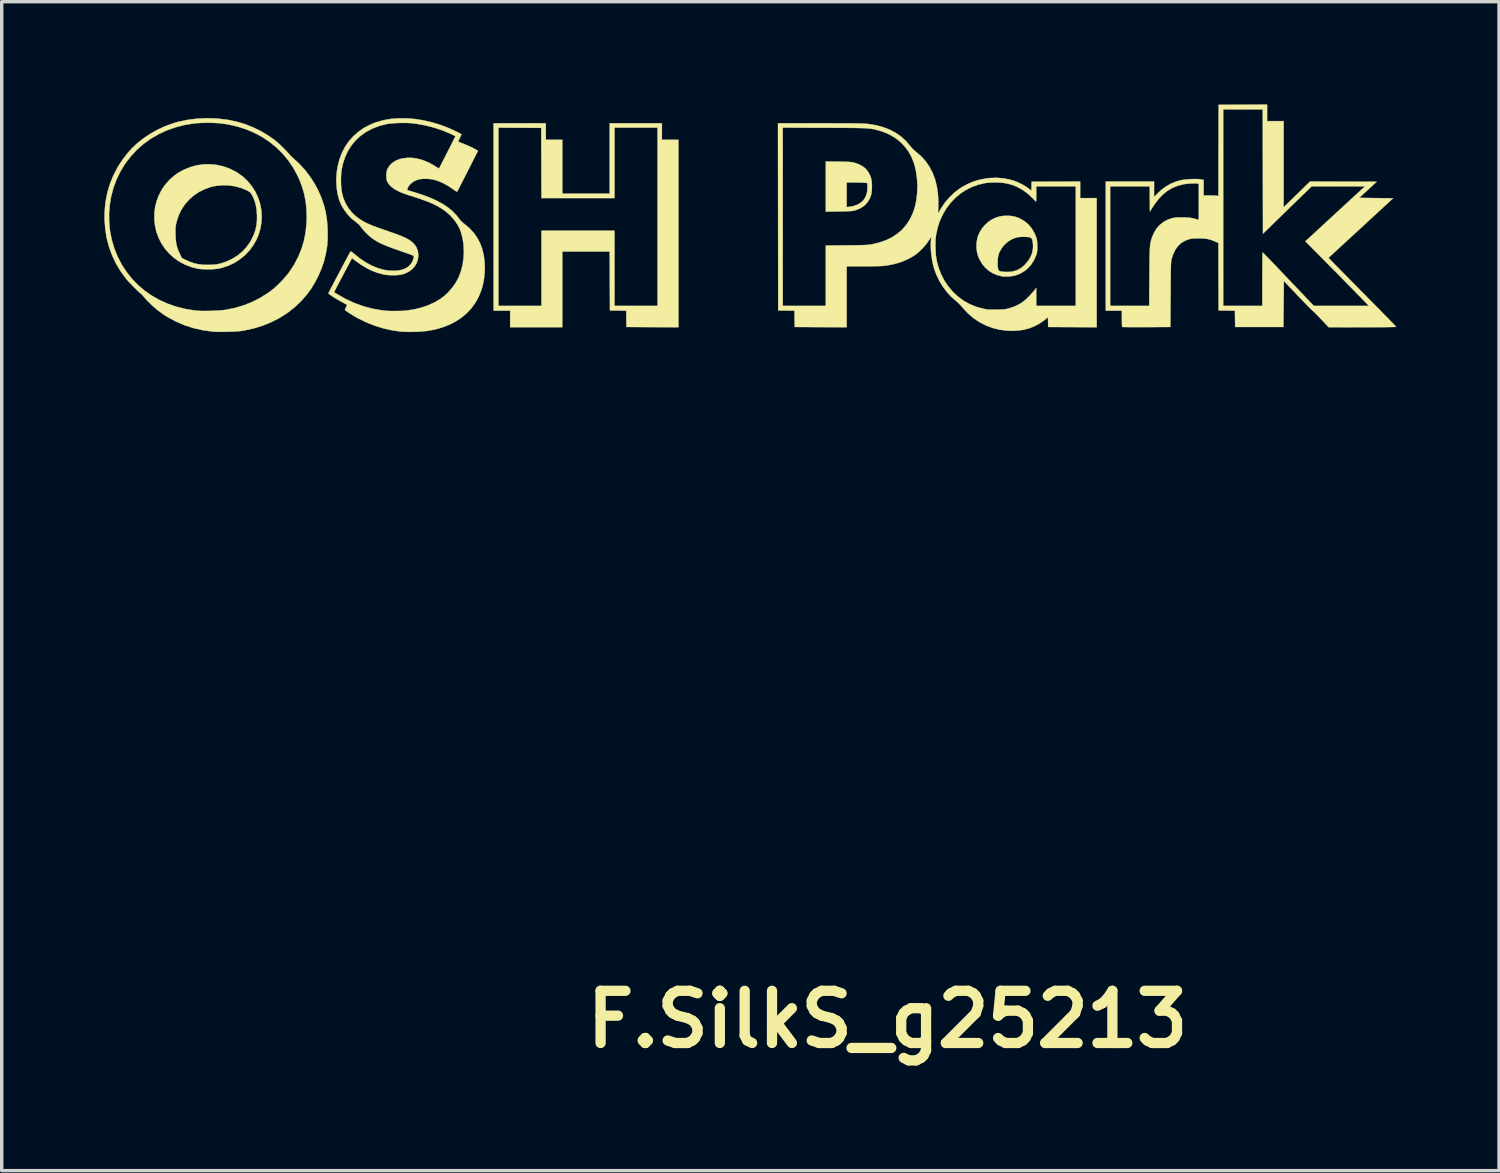
<source format=kicad_pcb>
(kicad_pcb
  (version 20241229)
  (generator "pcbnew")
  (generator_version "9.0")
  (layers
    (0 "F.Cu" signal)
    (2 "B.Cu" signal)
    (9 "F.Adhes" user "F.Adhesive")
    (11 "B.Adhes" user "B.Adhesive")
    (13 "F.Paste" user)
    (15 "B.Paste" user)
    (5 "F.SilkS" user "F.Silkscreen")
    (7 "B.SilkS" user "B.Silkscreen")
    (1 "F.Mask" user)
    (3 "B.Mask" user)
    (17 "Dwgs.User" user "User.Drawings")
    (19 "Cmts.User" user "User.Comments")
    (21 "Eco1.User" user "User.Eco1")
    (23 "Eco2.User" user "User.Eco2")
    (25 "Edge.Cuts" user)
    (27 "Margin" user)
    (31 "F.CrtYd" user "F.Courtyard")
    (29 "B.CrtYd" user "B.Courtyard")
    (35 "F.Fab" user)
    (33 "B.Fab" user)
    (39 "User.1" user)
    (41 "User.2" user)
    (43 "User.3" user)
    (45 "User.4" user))
  (footprint "F.SilkS_g25213"
    (layer "F.Cu")
    (at 22.875 26.726)
    (property "Reference" "F.SilkS_g25213" (at 0 0 0) (layer "F.SilkS") (effects (font (size 1.524 1.524) (thickness 0.3))))
    (attr through_hole)
    (fp_poly (pts (xy -9.982 -25.692) (xy -9.5 -25.692) (xy -9.5 -24.117) (xy -8.115 -24.117) (xy -8.115 -26.175) (xy -6.591 -26.175) (xy -6.591 -25.692) (xy -6.109 -25.692) (xy -6.109 -20.218) (xy -6.868 -20.221) (xy -7.626 -20.225) (xy -7.63 -20.463) (xy -7.633 -20.7) (xy -7.871 -20.704) (xy -8.109 -20.707) (xy -8.115 -22.428) (xy -9.5 -22.428) (xy -9.5 -20.218) (xy -11.024 -20.218) (xy -11.024 -20.701) (xy -11.506 -20.701) (xy -11.506 -20.841) (xy -11.367 -20.841) (xy -10.109 -20.841) (xy -10.109 -23.038) (xy -7.976 -23.038) (xy -7.976 -20.841) (xy -6.718 -20.841) (xy -6.718 -26.048) (xy -7.976 -26.048) (xy -7.976 -23.99) (xy -10.109 -23.99) (xy -10.116 -26.041) (xy -11.367 -26.048) (xy -11.367 -20.841) (xy -11.506 -20.841) (xy -11.506 -26.175) (xy -9.982 -26.175) (xy -9.982 -25.692)) (stroke (width 0.01) (type solid)) (fill yes) (layer "F.SilkS"))
    (fp_poly (pts (xy -1.432 -25.054) (xy -1.321 -25.052) (xy -1.232 -25.05) (xy -1.162 -25.048) (xy -1.106 -25.045) (xy -1.062 -25.041) (xy -1.026 -25.036) (xy -0.993 -25.029) (xy -0.963 -25.022) (xy -0.832 -24.976) (xy -0.722 -24.915) (xy -0.63 -24.838) (xy -0.558 -24.745) (xy -0.503 -24.635) (xy -0.476 -24.55) (xy -0.464 -24.482) (xy -0.457 -24.399) (xy -0.456 -24.309) (xy -0.459 -24.22) (xy -0.467 -24.141) (xy -0.476 -24.098) (xy -0.52 -23.976) (xy -0.584 -23.87) (xy -0.666 -23.78) (xy -0.768 -23.707) (xy -0.888 -23.651) (xy -0.969 -23.626) (xy -1 -23.62) (xy -1.039 -23.614) (xy -1.09 -23.61) (xy -1.155 -23.607) (xy -1.238 -23.604) (xy -1.341 -23.601) (xy -1.426 -23.6) (xy -1.803 -23.594) (xy -1.803 -23.727) (xy -1.194 -23.727) (xy -1.133 -23.733) (xy -1.086 -23.74) (xy -1.03 -23.75) (xy -0.997 -23.758) (xy -0.88 -23.798) (xy -0.783 -23.854) (xy -0.704 -23.928) (xy -0.645 -24.017) (xy -0.606 -24.121) (xy -0.588 -24.241) (xy -0.587 -24.333) (xy -0.591 -24.428) (xy -0.654 -24.437) (xy -0.687 -24.44) (xy -0.741 -24.442) (xy -0.808 -24.444) (xy -0.885 -24.446) (xy -0.956 -24.446) (xy -1.194 -24.448) (xy -1.194 -23.727) (xy -1.803 -23.727) (xy -1.803 -25.06) (xy -1.432 -25.054)) (stroke (width 0.01) (type solid)) (fill yes) (layer "F.SilkS"))
    (fp_poly (pts (xy 3.597 -23.469) (xy 3.693 -23.455) (xy 3.785 -23.427) (xy 3.88 -23.387) (xy 4.004 -23.313) (xy 4.115 -23.219) (xy 4.209 -23.107) (xy 4.284 -22.981) (xy 4.321 -22.901) (xy 4.347 -22.832) (xy 4.363 -22.764) (xy 4.371 -22.691) (xy 4.374 -22.603) (xy 4.374 -22.574) (xy 4.373 -22.501) (xy 4.37 -22.447) (xy 4.365 -22.404) (xy 4.356 -22.364) (xy 4.342 -22.322) (xy 4.34 -22.316) (xy 4.278 -22.177) (xy 4.198 -22.051) (xy 4.101 -21.942) (xy 3.989 -21.851) (xy 3.864 -21.779) (xy 3.744 -21.734) (xy 3.652 -21.713) (xy 3.55 -21.701) (xy 3.448 -21.698) (xy 3.357 -21.703) (xy 3.347 -21.705) (xy 3.203 -21.74) (xy 3.069 -21.797) (xy 2.948 -21.875) (xy 2.841 -21.972) (xy 2.76 -22.075) (xy 3.215 -22.075) (xy 3.218 -21.998) (xy 3.226 -21.936) (xy 3.228 -21.927) (xy 3.24 -21.889) (xy 3.253 -21.868) (xy 3.276 -21.856) (xy 3.302 -21.848) (xy 3.359 -21.839) (xy 3.433 -21.834) (xy 3.513 -21.833) (xy 3.59 -21.837) (xy 3.657 -21.846) (xy 3.677 -21.851) (xy 3.781 -21.884) (xy 3.872 -21.931) (xy 3.958 -21.994) (xy 4.02 -22.052) (xy 4.113 -22.163) (xy 4.183 -22.28) (xy 4.229 -22.403) (xy 4.25 -22.531) (xy 4.249 -22.633) (xy 4.241 -22.711) (xy 4.229 -22.767) (xy 4.212 -22.805) (xy 4.188 -22.83) (xy 4.158 -22.843) (xy 4.11 -22.852) (xy 4.044 -22.857) (xy 3.97 -22.859) (xy 3.893 -22.856) (xy 3.823 -22.85) (xy 3.768 -22.84) (xy 3.767 -22.84) (xy 3.647 -22.796) (xy 3.534 -22.73) (xy 3.433 -22.645) (xy 3.346 -22.544) (xy 3.277 -22.429) (xy 3.25 -22.367) (xy 3.235 -22.311) (xy 3.223 -22.239) (xy 3.217 -22.158) (xy 3.215 -22.075) (xy 2.76 -22.075) (xy 2.751 -22.087) (xy 2.678 -22.218) (xy 2.641 -22.309) (xy 2.61 -22.435) (xy 2.597 -22.571) (xy 2.604 -22.709) (xy 2.63 -22.84) (xy 2.642 -22.881) (xy 2.694 -22.999) (xy 2.767 -23.112) (xy 2.854 -23.214) (xy 2.953 -23.302) (xy 3.059 -23.37) (xy 3.073 -23.377) (xy 3.172 -23.421) (xy 3.262 -23.45) (xy 3.354 -23.467) (xy 3.457 -23.473) (xy 3.486 -23.474) (xy 3.597 -23.469)) (stroke (width 0.01) (type solid)) (fill yes) (layer "F.SilkS"))
    (fp_poly (pts (xy -19.594 -24.959) (xy -19.405 -24.917) (xy -19.22 -24.851) (xy -19.044 -24.764) (xy -18.974 -24.721) (xy -18.818 -24.606) (xy -18.681 -24.475) (xy -18.564 -24.329) (xy -18.465 -24.173) (xy -18.387 -24.006) (xy -18.33 -23.831) (xy -18.294 -23.651) (xy -18.28 -23.467) (xy -18.289 -23.281) (xy -18.32 -23.096) (xy -18.375 -22.913) (xy -18.433 -22.777) (xy -18.527 -22.609) (xy -18.642 -22.456) (xy -18.775 -22.317) (xy -18.924 -22.197) (xy -19.086 -22.094) (xy -19.261 -22.013) (xy -19.445 -21.953) (xy -19.563 -21.927) (xy -19.639 -21.918) (xy -19.732 -21.912) (xy -19.833 -21.909) (xy -19.936 -21.91) (xy -20.033 -21.915) (xy -20.115 -21.923) (xy -20.143 -21.927) (xy -20.334 -21.974) (xy -20.518 -22.045) (xy -20.691 -22.137) (xy -20.85 -22.25) (xy -20.973 -22.36) (xy -21.1 -22.504) (xy -21.205 -22.659) (xy -21.29 -22.824) (xy -21.353 -22.996) (xy -21.359 -23.021) (xy -20.801 -23.021) (xy -20.799 -22.941) (xy -20.799 -22.917) (xy -20.793 -22.796) (xy -20.782 -22.694) (xy -20.764 -22.602) (xy -20.738 -22.515) (xy -20.702 -22.424) (xy -20.676 -22.368) (xy -20.614 -22.238) (xy -20.496 -22.18) (xy -20.368 -22.124) (xy -20.246 -22.083) (xy -20.122 -22.057) (xy -19.989 -22.042) (xy -19.841 -22.039) (xy -19.812 -22.04) (xy -19.724 -22.043) (xy -19.654 -22.047) (xy -19.595 -22.055) (xy -19.539 -22.065) (xy -19.494 -22.076) (xy -19.307 -22.137) (xy -19.135 -22.218) (xy -18.978 -22.318) (xy -18.837 -22.437) (xy -18.713 -22.573) (xy -18.608 -22.725) (xy -18.571 -22.794) (xy -18.508 -22.928) (xy -18.463 -23.058) (xy -18.434 -23.191) (xy -18.419 -23.333) (xy -18.418 -23.49) (xy -18.419 -23.512) (xy -18.431 -23.663) (xy -18.455 -23.797) (xy -18.493 -23.923) (xy -18.528 -24.009) (xy -18.56 -24.075) (xy -18.59 -24.124) (xy -18.623 -24.16) (xy -18.664 -24.189) (xy -18.708 -24.213) (xy -18.877 -24.284) (xy -19.056 -24.334) (xy -19.241 -24.361) (xy -19.428 -24.366) (xy -19.613 -24.348) (xy -19.763 -24.316) (xy -19.943 -24.253) (xy -20.111 -24.169) (xy -20.264 -24.067) (xy -20.401 -23.946) (xy -20.521 -23.81) (xy -20.622 -23.658) (xy -20.703 -23.494) (xy -20.762 -23.317) (xy -20.78 -23.241) (xy -20.79 -23.187) (xy -20.797 -23.137) (xy -20.8 -23.084) (xy -20.801 -23.021) (xy -21.359 -23.021) (xy -21.395 -23.173) (xy -21.416 -23.353) (xy -21.416 -23.534) (xy -21.396 -23.713) (xy -21.354 -23.889) (xy -21.291 -24.06) (xy -21.207 -24.223) (xy -21.103 -24.377) (xy -20.978 -24.519) (xy -20.919 -24.574) (xy -20.834 -24.646) (xy -20.751 -24.707) (xy -20.661 -24.762) (xy -20.556 -24.816) (xy -20.542 -24.823) (xy -20.361 -24.897) (xy -20.173 -24.948) (xy -19.981 -24.975) (xy -19.788 -24.978) (xy -19.594 -24.959)) (stroke (width 0.01) (type solid)) (fill yes) (layer "F.SilkS"))
    (fp_poly (pts (xy -19.588 -26.314) (xy -19.3 -26.28) (xy -19.018 -26.224) (xy -18.996 -26.218) (xy -18.774 -26.152) (xy -18.551 -26.064) (xy -18.332 -25.959) (xy -18.123 -25.838) (xy -17.931 -25.706) (xy -17.867 -25.656) (xy -17.81 -25.607) (xy -17.743 -25.546) (xy -17.673 -25.479) (xy -17.604 -25.41) (xy -17.542 -25.345) (xy -17.492 -25.289) (xy -17.48 -25.275) (xy -17.444 -25.234) (xy -17.399 -25.189) (xy -17.364 -25.159) (xy -17.182 -24.992) (xy -17.013 -24.806) (xy -16.859 -24.604) (xy -16.723 -24.388) (xy -16.636 -24.225) (xy -16.542 -24.012) (xy -16.468 -23.801) (xy -16.413 -23.588) (xy -16.377 -23.367) (xy -16.358 -23.134) (xy -16.354 -22.968) (xy -16.354 -22.85) (xy -16.357 -22.75) (xy -16.363 -22.66) (xy -16.372 -22.573) (xy -16.386 -22.483) (xy -16.405 -22.38) (xy -16.41 -22.352) (xy -16.46 -22.148) (xy -16.531 -21.94) (xy -16.62 -21.732) (xy -16.723 -21.53) (xy -16.839 -21.34) (xy -16.963 -21.171) (xy -17.139 -20.971) (xy -17.332 -20.79) (xy -17.541 -20.628) (xy -17.766 -20.486) (xy -18.005 -20.364) (xy -18.258 -20.262) (xy -18.523 -20.181) (xy -18.802 -20.121) (xy -18.875 -20.109) (xy -18.934 -20.102) (xy -19.014 -20.097) (xy -19.108 -20.092) (xy -19.212 -20.088) (xy -19.321 -20.085) (xy -19.428 -20.084) (xy -19.53 -20.084) (xy -19.62 -20.085) (xy -19.693 -20.089) (xy -19.729 -20.092) (xy -20.015 -20.134) (xy -20.286 -20.196) (xy -20.544 -20.28) (xy -20.791 -20.386) (xy -21.027 -20.513) (xy -21.14 -20.584) (xy -21.314 -20.71) (xy -21.482 -20.854) (xy -21.641 -21.012) (xy -21.733 -21.117) (xy -21.767 -21.157) (xy -21.795 -21.188) (xy -21.814 -21.206) (xy -21.819 -21.209) (xy -21.834 -21.218) (xy -21.863 -21.242) (xy -21.903 -21.279) (xy -21.951 -21.326) (xy -22.005 -21.379) (xy -22.06 -21.436) (xy -22.115 -21.493) (xy -22.166 -21.547) (xy -22.209 -21.596) (xy -22.241 -21.633) (xy -22.401 -21.852) (xy -22.538 -22.081) (xy -22.651 -22.32) (xy -22.742 -22.568) (xy -22.809 -22.824) (xy -22.851 -23.089) (xy -22.87 -23.36) (xy -22.869 -23.526) (xy -22.74 -23.526) (xy -22.736 -23.271) (xy -22.71 -23.018) (xy -22.66 -22.767) (xy -22.587 -22.522) (xy -22.491 -22.283) (xy -22.488 -22.276) (xy -22.367 -22.045) (xy -22.227 -21.83) (xy -22.069 -21.631) (xy -21.892 -21.449) (xy -21.7 -21.285) (xy -21.491 -21.14) (xy -21.267 -21.013) (xy -21.03 -20.906) (xy -20.779 -20.819) (xy -20.517 -20.753) (xy -20.243 -20.708) (xy -20.187 -20.702) (xy -20.108 -20.696) (xy -20.01 -20.693) (xy -19.899 -20.693) (xy -19.781 -20.695) (xy -19.662 -20.699) (xy -19.548 -20.705) (xy -19.446 -20.713) (xy -19.361 -20.723) (xy -19.348 -20.725) (xy -19.075 -20.778) (xy -18.813 -20.855) (xy -18.561 -20.955) (xy -18.321 -21.077) (xy -18.093 -21.222) (xy -17.959 -21.321) (xy -17.888 -21.382) (xy -17.807 -21.458) (xy -17.722 -21.542) (xy -17.639 -21.631) (xy -17.563 -21.718) (xy -17.499 -21.797) (xy -17.473 -21.832) (xy -17.329 -22.053) (xy -17.211 -22.279) (xy -17.116 -22.512) (xy -17.044 -22.752) (xy -16.996 -23.002) (xy -16.971 -23.262) (xy -16.966 -23.438) (xy -16.974 -23.679) (xy -16.999 -23.905) (xy -17.041 -24.12) (xy -17.103 -24.33) (xy -17.184 -24.538) (xy -17.24 -24.658) (xy -17.365 -24.886) (xy -17.509 -25.097) (xy -17.671 -25.292) (xy -17.851 -25.469) (xy -18.048 -25.629) (xy -18.26 -25.771) (xy -18.487 -25.893) (xy -18.728 -25.995) (xy -18.982 -26.078) (xy -19.247 -26.139) (xy -19.436 -26.168) (xy -19.546 -26.179) (xy -19.674 -26.186) (xy -19.811 -26.189) (xy -19.951 -26.188) (xy -20.086 -26.184) (xy -20.208 -26.176) (xy -20.277 -26.168) (xy -20.55 -26.122) (xy -20.812 -26.054) (xy -21.061 -25.964) (xy -21.298 -25.854) (xy -21.521 -25.724) (xy -21.73 -25.574) (xy -21.922 -25.405) (xy -22.098 -25.217) (xy -22.257 -25.012) (xy -22.292 -24.96) (xy -22.422 -24.742) (xy -22.53 -24.513) (xy -22.616 -24.275) (xy -22.68 -24.029) (xy -22.721 -23.779) (xy -22.74 -23.526) (xy -22.869 -23.526) (xy -22.869 -23.552) (xy -22.858 -23.723) (xy -22.841 -23.879) (xy -22.815 -24.03) (xy -22.783 -24.173) (xy -22.708 -24.42) (xy -22.609 -24.661) (xy -22.487 -24.894) (xy -22.344 -25.115) (xy -22.181 -25.324) (xy -22.081 -25.434) (xy -21.917 -25.591) (xy -21.732 -25.737) (xy -21.531 -25.871) (xy -21.317 -25.99) (xy -21.095 -26.092) (xy -20.867 -26.175) (xy -20.733 -26.214) (xy -20.454 -26.274) (xy -20.168 -26.31) (xy -19.879 -26.324) (xy -19.588 -26.314)) (stroke (width 0.01) (type solid)) (fill yes) (layer "F.SilkS"))
    (fp_poly (pts (xy -1.751 -26.175) (xy -1.56 -26.174) (xy -1.391 -26.174) (xy -1.243 -26.174) (xy -1.114 -26.173) (xy -1.003 -26.172) (xy -0.907 -26.171) (xy -0.826 -26.169) (xy -0.758 -26.167) (xy -0.7 -26.165) (xy -0.652 -26.163) (xy -0.613 -26.16) (xy -0.579 -26.157) (xy -0.57 -26.156) (xy -0.343 -26.119) (xy -0.132 -26.063) (xy 0.061 -25.989) (xy 0.238 -25.896) (xy 0.397 -25.785) (xy 0.539 -25.655) (xy 0.659 -25.514) (xy 0.754 -25.406) (xy 0.833 -25.339) (xy 0.983 -25.21) (xy 1.113 -25.066) (xy 1.224 -24.905) (xy 1.316 -24.729) (xy 1.388 -24.537) (xy 1.44 -24.331) (xy 1.472 -24.111) (xy 1.484 -23.877) (xy 1.481 -23.73) (xy 1.473 -23.539) (xy 1.545 -23.66) (xy 1.669 -23.847) (xy 1.809 -24.013) (xy 1.964 -24.16) (xy 2.133 -24.286) (xy 2.315 -24.39) (xy 2.508 -24.473) (xy 2.713 -24.533) (xy 2.929 -24.57) (xy 2.978 -24.575) (xy 3.18 -24.583) (xy 3.379 -24.568) (xy 3.571 -24.531) (xy 3.754 -24.473) (xy 3.926 -24.395) (xy 4.084 -24.298) (xy 4.111 -24.277) (xy 4.203 -24.208) (xy 4.206 -24.337) (xy 4.21 -24.467) (xy 5.626 -24.473) (xy 5.626 -23.99) (xy 6.109 -23.99) (xy 6.109 -20.218) (xy 5.401 -20.221) (xy 4.693 -20.225) (xy 4.689 -20.367) (xy 4.685 -20.509) (xy 4.575 -20.42) (xy 4.44 -20.325) (xy 4.29 -20.246) (xy 4.132 -20.184) (xy 3.971 -20.142) (xy 3.817 -20.122) (xy 3.761 -20.119) (xy 3.712 -20.116) (xy 3.678 -20.113) (xy 3.67 -20.112) (xy 3.645 -20.112) (xy 3.601 -20.113) (xy 3.545 -20.115) (xy 3.498 -20.118) (xy 3.284 -20.144) (xy 3.077 -20.194) (xy 2.879 -20.267) (xy 2.691 -20.363) (xy 2.516 -20.479) (xy 2.354 -20.617) (xy 2.207 -20.774) (xy 2.183 -20.803) (xy 2.129 -20.866) (xy 2.068 -20.927) (xy 2.01 -20.979) (xy 2 -20.987) (xy 1.864 -21.104) (xy 1.737 -21.243) (xy 1.62 -21.398) (xy 1.517 -21.566) (xy 1.431 -21.742) (xy 1.373 -21.892) (xy 1.33 -22.044) (xy 1.297 -22.21) (xy 1.274 -22.382) (xy 1.263 -22.55) (xy 1.265 -22.658) (xy 1.398 -22.658) (xy 1.4 -22.543) (xy 1.405 -22.427) (xy 1.413 -22.317) (xy 1.426 -22.22) (xy 1.435 -22.168) (xy 1.491 -21.955) (xy 1.567 -21.758) (xy 1.662 -21.575) (xy 1.778 -21.404) (xy 1.914 -21.246) (xy 2.066 -21.105) (xy 2.231 -20.986) (xy 2.409 -20.888) (xy 2.601 -20.811) (xy 2.806 -20.756) (xy 2.927 -20.734) (xy 2.952 -20.733) (xy 2.998 -20.732) (xy 3.058 -20.731) (xy 3.13 -20.732) (xy 3.194 -20.732) (xy 3.282 -20.734) (xy 3.35 -20.737) (xy 3.404 -20.741) (xy 3.45 -20.747) (xy 3.495 -20.756) (xy 3.543 -20.768) (xy 3.689 -20.815) (xy 3.82 -20.875) (xy 3.941 -20.949) (xy 4.055 -21.042) (xy 4.168 -21.155) (xy 4.235 -21.232) (xy 4.343 -21.364) (xy 4.343 -20.841) (xy 5.499 -20.841) (xy 5.499 -24.333) (xy 4.343 -24.333) (xy 4.343 -24.111) (xy 4.343 -24.039) (xy 4.342 -23.977) (xy 4.341 -23.928) (xy 4.34 -23.898) (xy 4.338 -23.889) (xy 4.328 -23.897) (xy 4.304 -23.92) (xy 4.27 -23.955) (xy 4.234 -23.992) (xy 4.088 -24.126) (xy 3.936 -24.236) (xy 3.776 -24.323) (xy 3.608 -24.387) (xy 3.43 -24.428) (xy 3.428 -24.428) (xy 3.331 -24.439) (xy 3.219 -24.446) (xy 3.101 -24.447) (xy 2.987 -24.442) (xy 2.884 -24.433) (xy 2.844 -24.427) (xy 2.647 -24.381) (xy 2.459 -24.313) (xy 2.283 -24.223) (xy 2.118 -24.113) (xy 1.968 -23.985) (xy 1.832 -23.84) (xy 1.712 -23.679) (xy 1.609 -23.504) (xy 1.524 -23.315) (xy 1.46 -23.115) (xy 1.416 -22.905) (xy 1.409 -22.852) (xy 1.401 -22.763) (xy 1.398 -22.658) (xy 1.265 -22.658) (xy 1.266 -22.708) (xy 1.267 -22.729) (xy 1.271 -22.783) (xy 1.274 -22.825) (xy 1.275 -22.851) (xy 1.275 -22.856) (xy 1.267 -22.845) (xy 1.249 -22.817) (xy 1.222 -22.777) (xy 1.193 -22.733) (xy 1.13 -22.646) (xy 1.052 -22.555) (xy 0.965 -22.466) (xy 0.877 -22.385) (xy 0.793 -22.32) (xy 0.775 -22.308) (xy 0.602 -22.209) (xy 0.414 -22.129) (xy 0.211 -22.067) (xy -0.008 -22.024) (xy -0.117 -22.01) (xy -0.158 -22.007) (xy -0.222 -22.004) (xy -0.302 -22.001) (xy -0.397 -21.999) (xy -0.502 -21.998) (xy -0.613 -21.997) (xy -0.717 -21.996) (xy -1.194 -21.996) (xy -1.194 -20.218) (xy -1.953 -20.221) (xy -2.711 -20.225) (xy -2.715 -20.463) (xy -2.718 -20.7) (xy -2.956 -20.704) (xy -3.194 -20.707) (xy -3.194 -20.841) (xy -3.061 -20.841) (xy -1.803 -20.841) (xy -1.803 -22.604) (xy -1.197 -22.61) (xy -1.054 -22.611) (xy -0.934 -22.613) (xy -0.833 -22.614) (xy -0.75 -22.616) (xy -0.682 -22.618) (xy -0.626 -22.621) (xy -0.579 -22.624) (xy -0.539 -22.628) (xy -0.503 -22.633) (xy -0.468 -22.639) (xy -0.45 -22.642) (xy -0.238 -22.692) (xy -0.044 -22.76) (xy 0.131 -22.845) (xy 0.287 -22.948) (xy 0.426 -23.068) (xy 0.546 -23.206) (xy 0.648 -23.362) (xy 0.67 -23.403) (xy 0.733 -23.537) (xy 0.783 -23.674) (xy 0.821 -23.82) (xy 0.848 -23.98) (xy 0.865 -24.14) (xy 0.873 -24.337) (xy 0.863 -24.538) (xy 0.838 -24.733) (xy 0.799 -24.919) (xy 0.764 -25.032) (xy 0.691 -25.21) (xy 0.597 -25.372) (xy 0.484 -25.519) (xy 0.353 -25.649) (xy 0.205 -25.761) (xy 0.04 -25.855) (xy -0.141 -25.929) (xy -0.232 -25.958) (xy -0.279 -25.971) (xy -0.322 -25.982) (xy -0.362 -25.993) (xy -0.402 -26.002) (xy -0.442 -26.009) (xy -0.486 -26.016) (xy -0.534 -26.022) (xy -0.588 -26.026) (xy -0.65 -26.03) (xy -0.722 -26.034) (xy -0.805 -26.036) (xy -0.902 -26.038) (xy -1.014 -26.04) (xy -1.143 -26.041) (xy -1.29 -26.042) (xy -1.457 -26.043) (xy -1.647 -26.044) (xy -1.845 -26.044) (xy -3.061 -26.049) (xy -3.061 -20.841) (xy -3.194 -20.841) (xy -3.2 -26.175) (xy -1.965 -26.175) (xy -1.751 -26.175)) (stroke (width 0.01) (type solid)) (fill yes) (layer "F.SilkS"))
    (fp_poly (pts (xy 11.087 -26.238) (xy 11.57 -26.238) (xy 11.57 -23.721) (xy 11.956 -24.097) (xy 12.341 -24.473) (xy 13.314 -24.47) (xy 14.287 -24.467) (xy 13.776 -23.997) (xy 14.271 -23.99) (xy 14.766 -23.984) (xy 13.823 -23.114) (xy 12.879 -22.244) (xy 13.047 -22.073) (xy 13.081 -22.038) (xy 13.132 -21.987) (xy 13.197 -21.921) (xy 13.275 -21.841) (xy 13.364 -21.751) (xy 13.463 -21.65) (xy 13.571 -21.541) (xy 13.685 -21.426) (xy 13.803 -21.305) (xy 13.926 -21.181) (xy 14.034 -21.071) (xy 14.153 -20.95) (xy 14.267 -20.834) (xy 14.375 -20.725) (xy 14.475 -20.623) (xy 14.567 -20.53) (xy 14.648 -20.447) (xy 14.717 -20.375) (xy 14.774 -20.317) (xy 14.817 -20.272) (xy 14.845 -20.243) (xy 14.857 -20.23) (xy 14.857 -20.23) (xy 14.845 -20.228) (xy 14.809 -20.226) (xy 14.751 -20.224) (xy 14.672 -20.223) (xy 14.573 -20.221) (xy 14.455 -20.22) (xy 14.32 -20.219) (xy 14.17 -20.219) (xy 14.006 -20.219) (xy 13.873 -20.218) (xy 12.884 -20.219) (xy 12.662 -20.455) (xy 12.601 -20.519) (xy 12.544 -20.578) (xy 12.495 -20.628) (xy 12.456 -20.666) (xy 12.429 -20.691) (xy 12.419 -20.699) (xy 12.406 -20.71) (xy 12.377 -20.737) (xy 12.335 -20.779) (xy 12.281 -20.834) (xy 12.216 -20.9) (xy 12.144 -20.975) (xy 12.064 -21.057) (xy 11.987 -21.138) (xy 11.576 -21.57) (xy 11.57 -20.897) (xy 11.563 -20.225) (xy 10.154 -20.225) (xy 10.15 -20.463) (xy 10.147 -20.7) (xy 9.909 -20.704) (xy 9.671 -20.707) (xy 9.668 -21.693) (xy 9.665 -22.679) (xy 9.578 -22.718) (xy 9.488 -22.756) (xy 9.404 -22.783) (xy 9.317 -22.801) (xy 9.22 -22.811) (xy 9.106 -22.815) (xy 9.1 -22.815) (xy 9.002 -22.814) (xy 8.923 -22.81) (xy 8.857 -22.801) (xy 8.797 -22.786) (xy 8.737 -22.764) (xy 8.676 -22.737) (xy 8.574 -22.675) (xy 8.484 -22.591) (xy 8.408 -22.485) (xy 8.346 -22.36) (xy 8.303 -22.231) (xy 8.298 -22.212) (xy 8.293 -22.193) (xy 8.289 -22.172) (xy 8.286 -22.147) (xy 8.283 -22.118) (xy 8.28 -22.081) (xy 8.278 -22.035) (xy 8.276 -21.978) (xy 8.275 -21.909) (xy 8.274 -21.824) (xy 8.272 -21.724) (xy 8.271 -21.604) (xy 8.27 -21.464) (xy 8.269 -21.302) (xy 8.268 -21.177) (xy 8.261 -20.225) (xy 7.562 -20.221) (xy 7.431 -20.221) (xy 7.308 -20.221) (xy 7.194 -20.221) (xy 7.093 -20.221) (xy 7.007 -20.222) (xy 6.938 -20.223) (xy 6.888 -20.224) (xy 6.86 -20.226) (xy 6.854 -20.227) (xy 6.851 -20.242) (xy 6.849 -20.278) (xy 6.847 -20.331) (xy 6.846 -20.397) (xy 6.845 -20.468) (xy 6.845 -20.701) (xy 6.375 -20.701) (xy 6.375 -24.333) (xy 6.502 -24.333) (xy 6.502 -20.841) (xy 7.643 -20.841) (xy 7.649 -21.695) (xy 7.65 -21.872) (xy 7.652 -22.025) (xy 7.653 -22.158) (xy 7.655 -22.271) (xy 7.657 -22.367) (xy 7.66 -22.449) (xy 7.663 -22.517) (xy 7.667 -22.575) (xy 7.672 -22.624) (xy 7.679 -22.667) (xy 7.686 -22.705) (xy 7.695 -22.741) (xy 7.705 -22.777) (xy 7.717 -22.815) (xy 7.722 -22.831) (xy 7.781 -22.974) (xy 7.857 -23.099) (xy 7.95 -23.205) (xy 8.06 -23.292) (xy 8.186 -23.36) (xy 8.306 -23.402) (xy 8.37 -23.414) (xy 8.452 -23.423) (xy 8.547 -23.427) (xy 8.647 -23.426) (xy 8.746 -23.422) (xy 8.837 -23.414) (xy 8.914 -23.401) (xy 8.94 -23.395) (xy 8.992 -23.381) (xy 9.036 -23.367) (xy 9.065 -23.356) (xy 9.07 -23.354) (xy 9.076 -23.352) (xy 9.081 -23.354) (xy 9.084 -23.362) (xy 9.087 -23.379) (xy 9.089 -23.406) (xy 9.091 -23.446) (xy 9.092 -23.502) (xy 9.093 -23.574) (xy 9.093 -23.666) (xy 9.093 -23.779) (xy 9.093 -23.875) (xy 9.093 -24.408) (xy 9.047 -24.417) (xy 9.007 -24.42) (xy 8.949 -24.421) (xy 8.879 -24.418) (xy 8.803 -24.413) (xy 8.728 -24.405) (xy 8.661 -24.396) (xy 8.633 -24.391) (xy 8.468 -24.348) (xy 8.315 -24.285) (xy 8.172 -24.199) (xy 8.039 -24.092) (xy 7.914 -23.961) (xy 7.797 -23.807) (xy 7.751 -23.736) (xy 7.664 -23.598) (xy 7.661 -23.966) (xy 7.658 -24.333) (xy 6.502 -24.333) (xy 6.375 -24.333) (xy 6.375 -24.473) (xy 7.785 -24.473) (xy 7.785 -24.247) (xy 7.785 -24.022) (xy 7.859 -24.099) (xy 7.992 -24.224) (xy 8.126 -24.325) (xy 8.266 -24.406) (xy 8.415 -24.468) (xy 8.572 -24.512) (xy 8.647 -24.526) (xy 8.738 -24.536) (xy 8.836 -24.543) (xy 8.935 -24.547) (xy 9.027 -24.546) (xy 9.106 -24.542) (xy 9.141 -24.537) (xy 9.233 -24.521) (xy 9.233 -24.067) (xy 9.401 -24.066) (xy 9.469 -24.066) (xy 9.531 -24.064) (xy 9.582 -24.062) (xy 9.615 -24.059) (xy 9.617 -24.058) (xy 9.665 -24.05) (xy 9.671 -26.581) (xy 9.804 -26.581) (xy 9.804 -20.841) (xy 10.947 -20.841) (xy 10.947 -21.622) (xy 10.948 -21.76) (xy 10.948 -21.89) (xy 10.949 -22.011) (xy 10.95 -22.119) (xy 10.951 -22.213) (xy 10.952 -22.291) (xy 10.953 -22.349) (xy 10.955 -22.387) (xy 10.957 -22.403) (xy 10.957 -22.403) (xy 10.967 -22.394) (xy 10.993 -22.368) (xy 11.034 -22.326) (xy 11.089 -22.269) (xy 11.156 -22.2) (xy 11.234 -22.119) (xy 11.322 -22.028) (xy 11.418 -21.927) (xy 11.521 -21.819) (xy 11.63 -21.704) (xy 11.709 -21.622) (xy 12.452 -20.841) (xy 14.061 -20.841) (xy 13.822 -21.088) (xy 13.773 -21.138) (xy 13.708 -21.204) (xy 13.63 -21.284) (xy 13.54 -21.376) (xy 13.44 -21.477) (xy 13.333 -21.586) (xy 13.221 -21.701) (xy 13.105 -21.818) (xy 12.987 -21.937) (xy 12.894 -22.031) (xy 12.206 -22.728) (xy 13.031 -23.489) (xy 13.155 -23.603) (xy 13.274 -23.713) (xy 13.387 -23.817) (xy 13.493 -23.915) (xy 13.59 -24.004) (xy 13.676 -24.083) (xy 13.751 -24.152) (xy 13.813 -24.209) (xy 13.86 -24.252) (xy 13.891 -24.28) (xy 13.904 -24.292) (xy 13.951 -24.333) (xy 13.169 -24.333) (xy 12.387 -24.333) (xy 10.966 -22.95) (xy 10.963 -24.766) (xy 10.96 -26.581) (xy 9.804 -26.581) (xy 9.671 -26.581) (xy 9.671 -26.714) (xy 11.087 -26.721) (xy 11.087 -26.238)) (stroke (width 0.01) (type solid)) (fill yes) (layer "F.SilkS"))
    (fp_poly (pts (xy -14.054 -26.32) (xy -13.81 -26.3) (xy -13.561 -26.261) (xy -13.309 -26.203) (xy -13.056 -26.126) (xy -12.897 -26.067) (xy -12.845 -26.046) (xy -12.784 -26.019) (xy -12.718 -25.99) (xy -12.651 -25.958) (xy -12.587 -25.928) (xy -12.531 -25.9) (xy -12.486 -25.876) (xy -12.456 -25.859) (xy -12.446 -25.85) (xy -12.451 -25.837) (xy -12.466 -25.806) (xy -12.486 -25.764) (xy -12.497 -25.743) (xy -12.518 -25.698) (xy -12.533 -25.662) (xy -12.539 -25.64) (xy -12.538 -25.637) (xy -12.523 -25.63) (xy -12.489 -25.617) (xy -12.444 -25.598) (xy -12.414 -25.587) (xy -12.304 -25.542) (xy -12.198 -25.495) (xy -12.103 -25.45) (xy -12.031 -25.411) (xy -11.963 -25.372) (xy -12.263 -24.78) (xy -12.321 -24.666) (xy -12.375 -24.559) (xy -12.426 -24.46) (xy -12.47 -24.373) (xy -12.508 -24.3) (xy -12.538 -24.241) (xy -12.56 -24.2) (xy -12.572 -24.179) (xy -12.573 -24.177) (xy -12.586 -24.18) (xy -12.615 -24.196) (xy -12.655 -24.223) (xy -12.702 -24.257) (xy -12.797 -24.323) (xy -12.906 -24.387) (xy -13.019 -24.444) (xy -13.131 -24.49) (xy -13.232 -24.523) (xy -13.24 -24.525) (xy -13.339 -24.544) (xy -13.446 -24.553) (xy -13.552 -24.553) (xy -13.649 -24.544) (xy -13.728 -24.526) (xy -13.82 -24.487) (xy -13.9 -24.435) (xy -13.964 -24.373) (xy -14.008 -24.304) (xy -14.021 -24.269) (xy -14.028 -24.241) (xy -14.03 -24.225) (xy -14.03 -24.225) (xy -14.018 -24.221) (xy -13.985 -24.21) (xy -13.935 -24.195) (xy -13.873 -24.176) (xy -13.805 -24.156) (xy -13.566 -24.078) (xy -13.351 -23.996) (xy -13.159 -23.908) (xy -12.988 -23.815) (xy -12.838 -23.714) (xy -12.707 -23.607) (xy -12.595 -23.491) (xy -12.5 -23.367) (xy -12.471 -23.333) (xy -12.429 -23.291) (xy -12.381 -23.251) (xy -12.368 -23.241) (xy -12.217 -23.115) (xy -12.088 -22.976) (xy -11.981 -22.824) (xy -11.896 -22.659) (xy -11.844 -22.519) (xy -11.798 -22.334) (xy -11.771 -22.137) (xy -11.763 -21.933) (xy -11.774 -21.729) (xy -11.804 -21.528) (xy -11.853 -21.335) (xy -11.862 -21.308) (xy -11.939 -21.117) (xy -12.035 -20.94) (xy -12.152 -20.778) (xy -12.287 -20.632) (xy -12.439 -20.502) (xy -12.61 -20.389) (xy -12.796 -20.293) (xy -12.998 -20.214) (xy -13.215 -20.152) (xy -13.446 -20.11) (xy -13.691 -20.086) (xy -13.913 -20.081) (xy -13.988 -20.082) (xy -14.059 -20.083) (xy -14.119 -20.085) (xy -14.162 -20.086) (xy -14.18 -20.087) (xy -14.446 -20.123) (xy -14.713 -20.181) (xy -14.977 -20.262) (xy -15.233 -20.363) (xy -15.478 -20.484) (xy -15.481 -20.486) (xy -15.549 -20.524) (xy -15.617 -20.565) (xy -15.682 -20.605) (xy -15.742 -20.644) (xy -15.791 -20.678) (xy -15.828 -20.704) (xy -15.847 -20.722) (xy -15.85 -20.726) (xy -15.844 -20.744) (xy -15.83 -20.777) (xy -15.817 -20.804) (xy -15.8 -20.84) (xy -15.79 -20.864) (xy -15.788 -20.871) (xy -15.8 -20.878) (xy -15.83 -20.895) (xy -15.874 -20.919) (xy -15.928 -20.948) (xy -15.938 -20.954) (xy -16.007 -20.993) (xy -16.078 -21.034) (xy -16.146 -21.075) (xy -16.208 -21.115) (xy -16.261 -21.15) (xy -16.302 -21.179) (xy -16.326 -21.2) (xy -16.332 -21.208) (xy -16.326 -21.221) (xy -16.316 -21.241) (xy -16.165 -21.241) (xy -16.153 -21.233) (xy -16.125 -21.215) (xy -16.091 -21.193) (xy -15.839 -21.049) (xy -15.579 -20.928) (xy -15.312 -20.831) (xy -15.039 -20.758) (xy -14.76 -20.71) (xy -14.637 -20.697) (xy -14.573 -20.693) (xy -14.49 -20.691) (xy -14.397 -20.691) (xy -14.301 -20.692) (xy -14.209 -20.694) (xy -14.127 -20.698) (xy -14.077 -20.702) (xy -13.845 -20.735) (xy -13.622 -20.789) (xy -13.412 -20.861) (xy -13.215 -20.952) (xy -13.056 -21.048) (xy -12.932 -21.143) (xy -12.814 -21.257) (xy -12.705 -21.386) (xy -12.609 -21.524) (xy -12.533 -21.665) (xy -12.519 -21.697) (xy -12.456 -21.869) (xy -12.411 -22.052) (xy -12.384 -22.242) (xy -12.375 -22.434) (xy -12.384 -22.624) (xy -12.411 -22.808) (xy -12.456 -22.981) (xy -12.496 -23.089) (xy -12.566 -23.224) (xy -12.658 -23.355) (xy -12.769 -23.479) (xy -12.896 -23.592) (xy -13 -23.667) (xy -13.072 -23.712) (xy -13.145 -23.755) (xy -13.223 -23.795) (xy -13.307 -23.835) (xy -13.4 -23.874) (xy -13.506 -23.915) (xy -13.626 -23.958) (xy -13.764 -24.004) (xy -13.922 -24.055) (xy -14.046 -24.094) (xy -14.111 -24.117) (xy -14.187 -24.146) (xy -14.262 -24.178) (xy -14.3 -24.196) (xy -14.406 -24.255) (xy -14.494 -24.321) (xy -14.563 -24.391) (xy -14.61 -24.463) (xy -14.624 -24.497) (xy -14.638 -24.565) (xy -14.642 -24.646) (xy -14.637 -24.728) (xy -14.622 -24.802) (xy -14.606 -24.843) (xy -14.548 -24.935) (xy -14.472 -25.013) (xy -14.378 -25.076) (xy -14.27 -25.123) (xy -14.149 -25.153) (xy -14.018 -25.167) (xy -13.879 -25.164) (xy -13.735 -25.143) (xy -13.587 -25.103) (xy -13.578 -25.1) (xy -13.418 -25.035) (xy -13.255 -24.947) (xy -13.205 -24.915) (xy -13.161 -24.887) (xy -13.126 -24.867) (xy -13.105 -24.856) (xy -13.101 -24.855) (xy -13.094 -24.868) (xy -13.077 -24.9) (xy -13.051 -24.949) (xy -13.019 -25.012) (xy -12.981 -25.086) (xy -12.939 -25.168) (xy -12.895 -25.255) (xy -12.849 -25.344) (xy -12.804 -25.433) (xy -12.761 -25.518) (xy -12.721 -25.597) (xy -12.686 -25.667) (xy -12.658 -25.724) (xy -12.637 -25.766) (xy -12.626 -25.79) (xy -12.624 -25.794) (xy -12.635 -25.803) (xy -12.664 -25.819) (xy -12.708 -25.841) (xy -12.76 -25.866) (xy -12.992 -25.964) (xy -13.239 -26.046) (xy -13.493 -26.112) (xy -13.748 -26.159) (xy -13.88 -26.176) (xy -13.974 -26.183) (xy -14.082 -26.186) (xy -14.198 -26.186) (xy -14.316 -26.183) (xy -14.429 -26.176) (xy -14.532 -26.167) (xy -14.619 -26.155) (xy -14.649 -26.149) (xy -14.859 -26.093) (xy -15.053 -26.018) (xy -15.229 -25.924) (xy -15.389 -25.812) (xy -15.53 -25.683) (xy -15.653 -25.537) (xy -15.757 -25.375) (xy -15.842 -25.197) (xy -15.906 -25.004) (xy -15.947 -24.816) (xy -15.958 -24.719) (xy -15.965 -24.607) (xy -15.966 -24.488) (xy -15.963 -24.37) (xy -15.955 -24.261) (xy -15.942 -24.168) (xy -15.941 -24.162) (xy -15.895 -23.988) (xy -15.828 -23.83) (xy -15.741 -23.686) (xy -15.633 -23.555) (xy -15.534 -23.462) (xy -15.466 -23.409) (xy -15.396 -23.36) (xy -15.32 -23.314) (xy -15.236 -23.269) (xy -15.14 -23.225) (xy -15.029 -23.179) (xy -14.9 -23.131) (xy -14.75 -23.078) (xy -14.707 -23.063) (xy -14.553 -23.01) (xy -14.421 -22.964) (xy -14.309 -22.923) (xy -14.214 -22.886) (xy -14.134 -22.852) (xy -14.067 -22.821) (xy -14.011 -22.791) (xy -13.962 -22.761) (xy -13.92 -22.73) (xy -13.881 -22.698) (xy -13.873 -22.691) (xy -13.805 -22.619) (xy -13.758 -22.546) (xy -13.727 -22.464) (xy -13.713 -22.403) (xy -13.706 -22.29) (xy -13.723 -22.181) (xy -13.761 -22.079) (xy -13.82 -21.986) (xy -13.897 -21.905) (xy -13.991 -21.837) (xy -14.101 -21.784) (xy -14.183 -21.759) (xy -14.253 -21.747) (xy -14.34 -21.739) (xy -14.437 -21.737) (xy -14.536 -21.739) (xy -14.629 -21.746) (xy -14.708 -21.757) (xy -14.715 -21.759) (xy -14.888 -21.804) (xy -15.055 -21.866) (xy -15.22 -21.947) (xy -15.386 -22.048) (xy -15.546 -22.162) (xy -15.643 -22.236) (xy -15.906 -21.741) (xy -15.961 -21.638) (xy -16.012 -21.542) (xy -16.057 -21.455) (xy -16.096 -21.38) (xy -16.127 -21.319) (xy -16.15 -21.274) (xy -16.163 -21.248) (xy -16.165 -21.241) (xy -16.316 -21.241) (xy -16.31 -21.253) (xy -16.284 -21.304) (xy -16.251 -21.369) (xy -16.21 -21.446) (xy -16.165 -21.533) (xy -16.115 -21.628) (xy -16.062 -21.727) (xy -16.009 -21.829) (xy -15.955 -21.93) (xy -15.903 -22.029) (xy -15.853 -22.122) (xy -15.807 -22.208) (xy -15.767 -22.284) (xy -15.733 -22.346) (xy -15.707 -22.394) (xy -15.69 -22.423) (xy -15.685 -22.432) (xy -15.671 -22.429) (xy -15.645 -22.413) (xy -15.61 -22.385) (xy -15.6 -22.377) (xy -15.426 -22.236) (xy -15.25 -22.117) (xy -15.073 -22.02) (xy -14.896 -21.946) (xy -14.721 -21.896) (xy -14.548 -21.869) (xy -14.379 -21.866) (xy -14.328 -21.87) (xy -14.201 -21.892) (xy -14.093 -21.93) (xy -14.002 -21.985) (xy -13.929 -22.057) (xy -13.898 -22.101) (xy -13.879 -22.138) (xy -13.861 -22.183) (xy -13.847 -22.23) (xy -13.839 -22.27) (xy -13.838 -22.298) (xy -13.841 -22.304) (xy -13.855 -22.311) (xy -13.891 -22.325) (xy -13.944 -22.345) (xy -14.011 -22.369) (xy -14.09 -22.397) (xy -14.178 -22.428) (xy -14.194 -22.433) (xy -14.347 -22.487) (xy -14.479 -22.534) (xy -14.592 -22.577) (xy -14.688 -22.616) (xy -14.772 -22.652) (xy -14.845 -22.687) (xy -14.91 -22.723) (xy -14.97 -22.759) (xy -15.028 -22.798) (xy -15.062 -22.822) (xy -15.126 -22.874) (xy -15.195 -22.938) (xy -15.264 -23.007) (xy -15.326 -23.077) (xy -15.375 -23.139) (xy -15.385 -23.153) (xy -15.441 -23.221) (xy -15.518 -23.284) (xy -15.521 -23.286) (xy -15.648 -23.386) (xy -15.765 -23.507) (xy -15.869 -23.643) (xy -15.956 -23.79) (xy -15.971 -23.822) (xy -16.023 -23.953) (xy -16.061 -24.102) (xy -16.087 -24.264) (xy -16.1 -24.434) (xy -16.099 -24.608) (xy -16.084 -24.782) (xy -16.065 -24.897) (xy -16.013 -25.109) (xy -15.94 -25.305) (xy -15.847 -25.486) (xy -15.734 -25.651) (xy -15.602 -25.799) (xy -15.451 -25.931) (xy -15.283 -26.046) (xy -15.096 -26.142) (xy -14.936 -26.206) (xy -14.734 -26.263) (xy -14.518 -26.302) (xy -14.29 -26.32) (xy -14.054 -26.32)) (stroke (width 0.01) (type solid)) (fill yes) (layer "F.SilkS")))
  (gr_rect
    (start -3 -3)
    (end 40.737 31.144)
    (stroke (width 0.1) (type default))
    (fill no)
    (layer "Edge.Cuts")))
</source>
